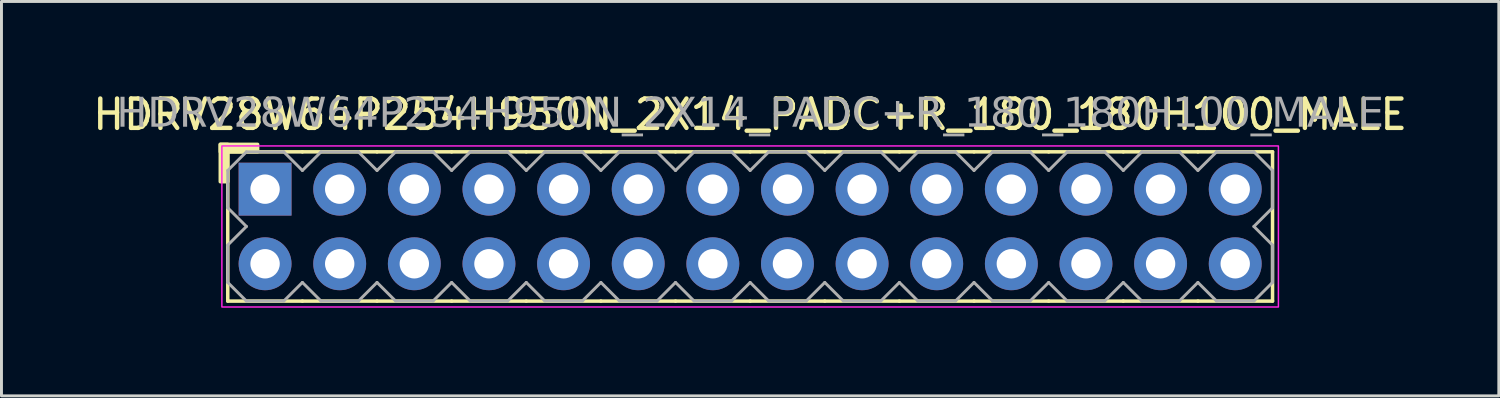
<source format=kicad_pcb>
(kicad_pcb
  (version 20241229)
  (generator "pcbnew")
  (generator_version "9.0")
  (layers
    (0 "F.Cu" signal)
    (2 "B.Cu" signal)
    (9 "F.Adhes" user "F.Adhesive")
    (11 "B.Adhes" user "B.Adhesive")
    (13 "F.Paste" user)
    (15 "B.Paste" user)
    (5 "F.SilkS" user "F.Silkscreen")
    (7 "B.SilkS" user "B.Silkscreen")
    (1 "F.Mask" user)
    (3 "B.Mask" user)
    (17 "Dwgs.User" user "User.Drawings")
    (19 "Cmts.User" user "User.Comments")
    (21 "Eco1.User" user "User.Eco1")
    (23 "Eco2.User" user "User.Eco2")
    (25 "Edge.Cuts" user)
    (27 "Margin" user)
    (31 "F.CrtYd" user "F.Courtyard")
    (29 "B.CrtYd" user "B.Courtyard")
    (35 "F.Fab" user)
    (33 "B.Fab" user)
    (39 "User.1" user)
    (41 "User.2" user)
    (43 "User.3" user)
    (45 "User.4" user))
  (footprint "HDRV28W64P254H950N_2X14_PADC+R_180_180H100_MALE"
    (layer "F.Cu")
    (at 22.482 4.658)
    (property "Reference" "HDRV28W64P254H950N_2X14_PADC+R_180_180H100_MALE" (at 0 -3.81 0) (layer "F.SilkS") (effects (font (size 1 1) (thickness 0.15))))
    (attr through_hole)
    (fp_line (start -17.78 2.54) (end -17.78 -2.54) (stroke (width 0.12) (type solid)) (layer "F.SilkS"))
    (fp_line (start -15.24 -2.54) (end -17.78 -2.54) (stroke (width 0.12) (type solid)) (layer "F.SilkS"))
    (fp_line (start -15.24 2.54) (end -17.78 2.54) (stroke (width 0.12) (type solid)) (layer "F.SilkS"))
    (fp_line (start -12.7 -2.54) (end -15.24 -2.54) (stroke (width 0.12) (type solid)) (layer "F.SilkS"))
    (fp_line (start -12.7 2.54) (end -15.24 2.54) (stroke (width 0.12) (type solid)) (layer "F.SilkS"))
    (fp_line (start -10.16 -2.54) (end -12.7 -2.54) (stroke (width 0.12) (type solid)) (layer "F.SilkS"))
    (fp_line (start -10.16 2.54) (end -12.7 2.54) (stroke (width 0.12) (type solid)) (layer "F.SilkS"))
    (fp_line (start -7.62 -2.54) (end -10.16 -2.54) (stroke (width 0.12) (type solid)) (layer "F.SilkS"))
    (fp_line (start -7.62 2.54) (end -10.16 2.54) (stroke (width 0.12) (type solid)) (layer "F.SilkS"))
    (fp_line (start -5.08 -2.54) (end -7.62 -2.54) (stroke (width 0.12) (type solid)) (layer "F.SilkS"))
    (fp_line (start -5.08 2.54) (end -7.62 2.54) (stroke (width 0.12) (type solid)) (layer "F.SilkS"))
    (fp_line (start -2.54 -2.54) (end -5.08 -2.54) (stroke (width 0.12) (type solid)) (layer "F.SilkS"))
    (fp_line (start -2.54 2.54) (end -5.08 2.54) (stroke (width 0.12) (type solid)) (layer "F.SilkS"))
    (fp_line (start 0 -2.54) (end -2.54 -2.54) (stroke (width 0.12) (type solid)) (layer "F.SilkS"))
    (fp_line (start 0 2.54) (end -2.54 2.54) (stroke (width 0.12) (type solid)) (layer "F.SilkS"))
    (fp_line (start 2.54 -2.54) (end 0 -2.54) (stroke (width 0.12) (type solid)) (layer "F.SilkS"))
    (fp_line (start 2.54 2.54) (end 0 2.54) (stroke (width 0.12) (type solid)) (layer "F.SilkS"))
    (fp_line (start 5.08 -2.54) (end 2.54 -2.54) (stroke (width 0.12) (type solid)) (layer "F.SilkS"))
    (fp_line (start 5.08 2.54) (end 2.54 2.54) (stroke (width 0.12) (type solid)) (layer "F.SilkS"))
    (fp_line (start 7.62 -2.54) (end 5.08 -2.54) (stroke (width 0.12) (type solid)) (layer "F.SilkS"))
    (fp_line (start 7.62 2.54) (end 5.08 2.54) (stroke (width 0.12) (type solid)) (layer "F.SilkS"))
    (fp_line (start 10.16 -2.54) (end 7.62 -2.54) (stroke (width 0.12) (type solid)) (layer "F.SilkS"))
    (fp_line (start 10.16 2.54) (end 7.62 2.54) (stroke (width 0.12) (type solid)) (layer "F.SilkS"))
    (fp_line (start 12.7 -2.54) (end 10.16 -2.54) (stroke (width 0.12) (type solid)) (layer "F.SilkS"))
    (fp_line (start 12.7 2.54) (end 10.16 2.54) (stroke (width 0.12) (type solid)) (layer "F.SilkS"))
    (fp_line (start 15.24 -2.54) (end 12.7 -2.54) (stroke (width 0.12) (type solid)) (layer "F.SilkS"))
    (fp_line (start 15.24 2.54) (end 12.7 2.54) (stroke (width 0.12) (type solid)) (layer "F.SilkS"))
    (fp_line (start 17.78 -2.54) (end 15.24 -2.54) (stroke (width 0.12) (type solid)) (layer "F.SilkS"))
    (fp_line (start 17.78 2.54) (end 15.24 2.54) (stroke (width 0.12) (type solid)) (layer "F.SilkS"))
    (fp_line (start 17.78 2.54) (end 17.78 -2.54) (stroke (width 0.12) (type solid)) (layer "F.SilkS"))
    (fp_rect (start -18.034 -1.524) (end -17.78 -2.794) (stroke (width 0.12) (type solid)) (fill yes) (layer "F.SilkS"))
    (fp_rect (start -16.764 -2.54) (end -18.034 -2.794) (stroke (width 0.12) (type solid)) (fill yes) (layer "F.SilkS"))
    (fp_rect (start -17.98 -2.74) (end 17.98 2.74) (stroke (width 0.05) (type default)) (fill no) (layer "F.CrtYd"))
    (fp_line (start -17.78 -1.905) (end -17.78 -0.635) (stroke (width 0.1) (type solid)) (layer "F.Fab"))
    (fp_line (start -17.78 -1.905) (end -17.145 -2.54) (stroke (width 0.1) (type solid)) (layer "F.Fab"))
    (fp_line (start -17.78 0.635) (end -17.78 1.905) (stroke (width 0.1) (type solid)) (layer "F.Fab"))
    (fp_line (start -17.145 -2.54) (end -15.875 -2.54) (stroke (width 0.1) (type solid)) (layer "F.Fab"))
    (fp_line (start -17.145 0) (end -17.78 -0.635) (stroke (width 0.1) (type solid)) (layer "F.Fab"))
    (fp_line (start -17.145 0) (end -17.78 0.635) (stroke (width 0.1) (type solid)) (layer "F.Fab"))
    (fp_line (start -17.145 2.54) (end -17.78 1.905) (stroke (width 0.1) (type solid)) (layer "F.Fab"))
    (fp_line (start -15.875 -2.54) (end -15.24 -1.905) (stroke (width 0.1) (type solid)) (layer "F.Fab"))
    (fp_line (start -15.875 2.54) (end -17.145 2.54) (stroke (width 0.1) (type solid)) (layer "F.Fab"))
    (fp_line (start -15.24 -1.905) (end -14.605 -2.54) (stroke (width 0.1) (type solid)) (layer "F.Fab"))
    (fp_line (start -15.24 1.905) (end -15.875 2.54) (stroke (width 0.1) (type solid)) (layer "F.Fab"))
    (fp_line (start -14.605 -2.54) (end -13.335 -2.54) (stroke (width 0.1) (type solid)) (layer "F.Fab"))
    (fp_line (start -14.605 2.54) (end -15.24 1.905) (stroke (width 0.1) (type solid)) (layer "F.Fab"))
    (fp_line (start -13.335 -2.54) (end -12.7 -1.905) (stroke (width 0.1) (type solid)) (layer "F.Fab"))
    (fp_line (start -13.335 2.54) (end -14.605 2.54) (stroke (width 0.1) (type solid)) (layer "F.Fab"))
    (fp_line (start -12.7 -1.905) (end -12.065 -2.54) (stroke (width 0.1) (type solid)) (layer "F.Fab"))
    (fp_line (start -12.7 1.905) (end -13.335 2.54) (stroke (width 0.1) (type solid)) (layer "F.Fab"))
    (fp_line (start -12.065 -2.54) (end -10.795 -2.54) (stroke (width 0.1) (type solid)) (layer "F.Fab"))
    (fp_line (start -12.065 2.54) (end -12.7 1.905) (stroke (width 0.1) (type solid)) (layer "F.Fab"))
    (fp_line (start -10.795 -2.54) (end -10.16 -1.905) (stroke (width 0.1) (type solid)) (layer "F.Fab"))
    (fp_line (start -10.795 2.54) (end -12.065 2.54) (stroke (width 0.1) (type solid)) (layer "F.Fab"))
    (fp_line (start -10.16 -1.905) (end -9.525 -2.54) (stroke (width 0.1) (type solid)) (layer "F.Fab"))
    (fp_line (start -10.16 1.905) (end -10.795 2.54) (stroke (width 0.1) (type solid)) (layer "F.Fab"))
    (fp_line (start -9.525 -2.54) (end -8.255 -2.54) (stroke (width 0.1) (type solid)) (layer "F.Fab"))
    (fp_line (start -9.525 2.54) (end -10.16 1.905) (stroke (width 0.1) (type solid)) (layer "F.Fab"))
    (fp_line (start -8.255 -2.54) (end -7.62 -1.905) (stroke (width 0.1) (type solid)) (layer "F.Fab"))
    (fp_line (start -8.255 2.54) (end -9.525 2.54) (stroke (width 0.1) (type solid)) (layer "F.Fab"))
    (fp_line (start -7.62 -1.905) (end -6.985 -2.54) (stroke (width 0.1) (type solid)) (layer "F.Fab"))
    (fp_line (start -7.62 1.905) (end -8.255 2.54) (stroke (width 0.1) (type solid)) (layer "F.Fab"))
    (fp_line (start -6.985 -2.54) (end -5.715 -2.54) (stroke (width 0.1) (type solid)) (layer "F.Fab"))
    (fp_line (start -6.985 2.54) (end -7.62 1.905) (stroke (width 0.1) (type solid)) (layer "F.Fab"))
    (fp_line (start -5.715 -2.54) (end -5.08 -1.905) (stroke (width 0.1) (type solid)) (layer "F.Fab"))
    (fp_line (start -5.715 2.54) (end -6.985 2.54) (stroke (width 0.1) (type solid)) (layer "F.Fab"))
    (fp_line (start -5.08 -1.905) (end -4.445 -2.54) (stroke (width 0.1) (type solid)) (layer "F.Fab"))
    (fp_line (start -5.08 1.905) (end -5.715 2.54) (stroke (width 0.1) (type solid)) (layer "F.Fab"))
    (fp_line (start -4.445 -2.54) (end -3.175 -2.54) (stroke (width 0.1) (type solid)) (layer "F.Fab"))
    (fp_line (start -4.445 2.54) (end -5.08 1.905) (stroke (width 0.1) (type solid)) (layer "F.Fab"))
    (fp_line (start -3.175 -2.54) (end -2.54 -1.905) (stroke (width 0.1) (type solid)) (layer "F.Fab"))
    (fp_line (start -3.175 2.54) (end -4.445 2.54) (stroke (width 0.1) (type solid)) (layer "F.Fab"))
    (fp_line (start -2.54 -1.905) (end -1.905 -2.54) (stroke (width 0.1) (type solid)) (layer "F.Fab"))
    (fp_line (start -2.54 1.905) (end -3.175 2.54) (stroke (width 0.1) (type solid)) (layer "F.Fab"))
    (fp_line (start -1.905 -2.54) (end -0.635 -2.54) (stroke (width 0.1) (type solid)) (layer "F.Fab"))
    (fp_line (start -1.905 2.54) (end -2.54 1.905) (stroke (width 0.1) (type solid)) (layer "F.Fab"))
    (fp_line (start -0.635 -2.54) (end 0 -1.905) (stroke (width 0.1) (type solid)) (layer "F.Fab"))
    (fp_line (start -0.635 2.54) (end -1.905 2.54) (stroke (width 0.1) (type solid)) (layer "F.Fab"))
    (fp_line (start 0 -1.905) (end 0.635 -2.54) (stroke (width 0.1) (type solid)) (layer "F.Fab"))
    (fp_line (start 0 1.905) (end -0.635 2.54) (stroke (width 0.1) (type solid)) (layer "F.Fab"))
    (fp_line (start 0.635 -2.54) (end 1.905 -2.54) (stroke (width 0.1) (type solid)) (layer "F.Fab"))
    (fp_line (start 0.635 2.54) (end 0 1.905) (stroke (width 0.1) (type solid)) (layer "F.Fab"))
    (fp_line (start 1.905 -2.54) (end 2.54 -1.905) (stroke (width 0.1) (type solid)) (layer "F.Fab"))
    (fp_line (start 1.905 2.54) (end 0.635 2.54) (stroke (width 0.1) (type solid)) (layer "F.Fab"))
    (fp_line (start 2.54 -1.905) (end 3.175 -2.54) (stroke (width 0.1) (type solid)) (layer "F.Fab"))
    (fp_line (start 2.54 1.905) (end 1.905 2.54) (stroke (width 0.1) (type solid)) (layer "F.Fab"))
    (fp_line (start 3.175 -2.54) (end 4.445 -2.54) (stroke (width 0.1) (type solid)) (layer "F.Fab"))
    (fp_line (start 3.175 2.54) (end 2.54 1.905) (stroke (width 0.1) (type solid)) (layer "F.Fab"))
    (fp_line (start 4.445 -2.54) (end 5.08 -1.905) (stroke (width 0.1) (type solid)) (layer "F.Fab"))
    (fp_line (start 4.445 2.54) (end 3.175 2.54) (stroke (width 0.1) (type solid)) (layer "F.Fab"))
    (fp_line (start 5.08 -1.905) (end 5.715 -2.54) (stroke (width 0.1) (type solid)) (layer "F.Fab"))
    (fp_line (start 5.08 1.905) (end 4.445 2.54) (stroke (width 0.1) (type solid)) (layer "F.Fab"))
    (fp_line (start 5.715 -2.54) (end 6.985 -2.54) (stroke (width 0.1) (type solid)) (layer "F.Fab"))
    (fp_line (start 5.715 2.54) (end 5.08 1.905) (stroke (width 0.1) (type solid)) (layer "F.Fab"))
    (fp_line (start 6.985 -2.54) (end 7.62 -1.905) (stroke (width 0.1) (type solid)) (layer "F.Fab"))
    (fp_line (start 6.985 2.54) (end 5.715 2.54) (stroke (width 0.1) (type solid)) (layer "F.Fab"))
    (fp_line (start 7.62 -1.905) (end 8.255 -2.54) (stroke (width 0.1) (type solid)) (layer "F.Fab"))
    (fp_line (start 7.62 1.905) (end 6.985 2.54) (stroke (width 0.1) (type solid)) (layer "F.Fab"))
    (fp_line (start 8.255 -2.54) (end 9.525 -2.54) (stroke (width 0.1) (type solid)) (layer "F.Fab"))
    (fp_line (start 8.255 2.54) (end 7.62 1.905) (stroke (width 0.1) (type solid)) (layer "F.Fab"))
    (fp_line (start 9.525 -2.54) (end 10.16 -1.905) (stroke (width 0.1) (type solid)) (layer "F.Fab"))
    (fp_line (start 9.525 2.54) (end 8.255 2.54) (stroke (width 0.1) (type solid)) (layer "F.Fab"))
    (fp_line (start 10.16 -1.905) (end 10.795 -2.54) (stroke (width 0.1) (type solid)) (layer "F.Fab"))
    (fp_line (start 10.16 1.905) (end 9.525 2.54) (stroke (width 0.1) (type solid)) (layer "F.Fab"))
    (fp_line (start 10.795 -2.54) (end 12.065 -2.54) (stroke (width 0.1) (type solid)) (layer "F.Fab"))
    (fp_line (start 10.795 2.54) (end 10.16 1.905) (stroke (width 0.1) (type solid)) (layer "F.Fab"))
    (fp_line (start 12.065 -2.54) (end 12.7 -1.905) (stroke (width 0.1) (type solid)) (layer "F.Fab"))
    (fp_line (start 12.065 2.54) (end 10.795 2.54) (stroke (width 0.1) (type solid)) (layer "F.Fab"))
    (fp_line (start 12.7 -1.905) (end 13.335 -2.54) (stroke (width 0.1) (type solid)) (layer "F.Fab"))
    (fp_line (start 12.7 1.905) (end 12.065 2.54) (stroke (width 0.1) (type solid)) (layer "F.Fab"))
    (fp_line (start 13.335 -2.54) (end 14.605 -2.54) (stroke (width 0.1) (type solid)) (layer "F.Fab"))
    (fp_line (start 13.335 2.54) (end 12.7 1.905) (stroke (width 0.1) (type solid)) (layer "F.Fab"))
    (fp_line (start 14.605 -2.54) (end 15.24 -1.905) (stroke (width 0.1) (type solid)) (layer "F.Fab"))
    (fp_line (start 14.605 2.54) (end 13.335 2.54) (stroke (width 0.1) (type solid)) (layer "F.Fab"))
    (fp_line (start 15.24 -1.905) (end 15.875 -2.54) (stroke (width 0.1) (type solid)) (layer "F.Fab"))
    (fp_line (start 15.24 1.905) (end 14.605 2.54) (stroke (width 0.1) (type solid)) (layer "F.Fab"))
    (fp_line (start 15.875 -2.54) (end 17.145 -2.54) (stroke (width 0.1) (type solid)) (layer "F.Fab"))
    (fp_line (start 15.875 2.54) (end 15.24 1.905) (stroke (width 0.1) (type solid)) (layer "F.Fab"))
    (fp_line (start 17.145 -2.54) (end 17.78 -1.905) (stroke (width 0.1) (type solid)) (layer "F.Fab"))
    (fp_line (start 17.145 0) (end 17.78 0.635) (stroke (width 0.1) (type solid)) (layer "F.Fab"))
    (fp_line (start 17.145 2.54) (end 15.875 2.54) (stroke (width 0.1) (type solid)) (layer "F.Fab"))
    (fp_line (start 17.78 -1.905) (end 17.78 -0.635) (stroke (width 0.1) (type solid)) (layer "F.Fab"))
    (fp_line (start 17.78 -0.635) (end 17.145 0) (stroke (width 0.1) (type solid)) (layer "F.Fab"))
    (fp_line (start 17.78 0.635) (end 17.78 1.905) (stroke (width 0.1) (type solid)) (layer "F.Fab"))
    (fp_line (start 17.78 1.905) (end 17.145 2.54) (stroke (width 0.1) (type solid)) (layer "F.Fab"))
    (fp_rect (start -16.256 -1.524) (end -16.764 -1.016) (stroke (width 0.1) (type solid)) (fill no) (layer "F.Fab"))
    (fp_rect (start -16.256 1.016) (end -16.764 1.524) (stroke (width 0.1) (type solid)) (fill no) (layer "F.Fab"))
    (fp_rect (start -13.716 -1.524) (end -14.224 -1.016) (stroke (width 0.1) (type solid)) (fill no) (layer "F.Fab"))
    (fp_rect (start -13.716 1.016) (end -14.224 1.524) (stroke (width 0.1) (type solid)) (fill no) (layer "F.Fab"))
    (fp_rect (start -11.176 -1.524) (end -11.684 -1.016) (stroke (width 0.1) (type solid)) (fill no) (layer "F.Fab"))
    (fp_rect (start -11.176 1.016) (end -11.684 1.524) (stroke (width 0.1) (type solid)) (fill no) (layer "F.Fab"))
    (fp_rect (start -8.636 -1.524) (end -9.144 -1.016) (stroke (width 0.1) (type solid)) (fill no) (layer "F.Fab"))
    (fp_rect (start -8.636 1.016) (end -9.144 1.524) (stroke (width 0.1) (type solid)) (fill no) (layer "F.Fab"))
    (fp_rect (start -6.096 -1.524) (end -6.604 -1.016) (stroke (width 0.1) (type solid)) (fill no) (layer "F.Fab"))
    (fp_rect (start -6.096 1.016) (end -6.604 1.524) (stroke (width 0.1) (type solid)) (fill no) (layer "F.Fab"))
    (fp_rect (start -3.556 -1.524) (end -4.064 -1.016) (stroke (width 0.1) (type solid)) (fill no) (layer "F.Fab"))
    (fp_rect (start -3.556 1.016) (end -4.064 1.524) (stroke (width 0.1) (type solid)) (fill no) (layer "F.Fab"))
    (fp_rect (start -1.016 -1.524) (end -1.524 -1.016) (stroke (width 0.1) (type solid)) (fill no) (layer "F.Fab"))
    (fp_rect (start -1.016 1.016) (end -1.524 1.524) (stroke (width 0.1) (type solid)) (fill no) (layer "F.Fab"))
    (fp_rect (start 1.524 -1.524) (end 1.016 -1.016) (stroke (width 0.1) (type solid)) (fill no) (layer "F.Fab"))
    (fp_rect (start 1.524 1.016) (end 1.016 1.524) (stroke (width 0.1) (type solid)) (fill no) (layer "F.Fab"))
    (fp_rect (start 4.064 -1.524) (end 3.556 -1.016) (stroke (width 0.1) (type solid)) (fill no) (layer "F.Fab"))
    (fp_rect (start 4.064 1.016) (end 3.556 1.524) (stroke (width 0.1) (type solid)) (fill no) (layer "F.Fab"))
    (fp_rect (start 6.604 -1.524) (end 6.096 -1.016) (stroke (width 0.1) (type solid)) (fill no) (layer "F.Fab"))
    (fp_rect (start 6.604 1.016) (end 6.096 1.524) (stroke (width 0.1) (type solid)) (fill no) (layer "F.Fab"))
    (fp_rect (start 9.144 -1.524) (end 8.636 -1.016) (stroke (width 0.1) (type solid)) (fill no) (layer "F.Fab"))
    (fp_rect (start 9.144 1.016) (end 8.636 1.524) (stroke (width 0.1) (type solid)) (fill no) (layer "F.Fab"))
    (fp_rect (start 11.684 -1.524) (end 11.176 -1.016) (stroke (width 0.1) (type solid)) (fill no) (layer "F.Fab"))
    (fp_rect (start 11.684 1.016) (end 11.176 1.524) (stroke (width 0.1) (type solid)) (fill no) (layer "F.Fab"))
    (fp_rect (start 14.224 -1.524) (end 13.716 -1.016) (stroke (width 0.1) (type solid)) (fill no) (layer "F.Fab"))
    (fp_rect (start 14.224 1.016) (end 13.716 1.524) (stroke (width 0.1) (type solid)) (fill no) (layer "F.Fab"))
    (fp_rect (start 16.764 -1.524) (end 16.256 -1.016) (stroke (width 0.1) (type solid)) (fill no) (layer "F.Fab"))
    (fp_rect (start 16.764 1.016) (end 16.256 1.524) (stroke (width 0.1) (type solid)) (fill no) (layer "F.Fab"))
    (fp_text user "${REFERENCE}" (at 0 -3.81 0) (layer "F.Fab") (effects (font (face "Tahoma") (size 1 1) (thickness 0.15))))
    (pad "1" thru_hole rect (at -16.51 -1.27) (size 1.8 1.8) (drill 1) (layers "*.Cu" "*.Mask"))
    (pad "2" thru_hole circle (at -16.51 1.27) (size 1.8 1.8) (drill 1) (layers "*.Cu" "*.Mask"))
    (pad "3" thru_hole circle (at -13.97 -1.27) (size 1.8 1.8) (drill 1) (layers "*.Cu" "*.Mask"))
    (pad "4" thru_hole circle (at -13.97 1.27) (size 1.8 1.8) (drill 1) (layers "*.Cu" "*.Mask"))
    (pad "5" thru_hole circle (at -11.43 -1.27) (size 1.8 1.8) (drill 1) (layers "*.Cu" "*.Mask"))
    (pad "6" thru_hole circle (at -11.43 1.27) (size 1.8 1.8) (drill 1) (layers "*.Cu" "*.Mask"))
    (pad "7" thru_hole circle (at -8.89 -1.27) (size 1.8 1.8) (drill 1) (layers "*.Cu" "*.Mask"))
    (pad "8" thru_hole circle (at -8.89 1.27) (size 1.8 1.8) (drill 1) (layers "*.Cu" "*.Mask"))
    (pad "9" thru_hole circle (at -6.35 -1.27) (size 1.8 1.8) (drill 1) (layers "*.Cu" "*.Mask"))
    (pad "10" thru_hole circle (at -6.35 1.27) (size 1.8 1.8) (drill 1) (layers "*.Cu" "*.Mask"))
    (pad "11" thru_hole circle (at -3.81 -1.27) (size 1.8 1.8) (drill 1) (layers "*.Cu" "*.Mask"))
    (pad "12" thru_hole circle (at -3.81 1.27) (size 1.8 1.8) (drill 1) (layers "*.Cu" "*.Mask"))
    (pad "13" thru_hole circle (at -1.27 -1.27) (size 1.8 1.8) (drill 1) (layers "*.Cu" "*.Mask"))
    (pad "14" thru_hole circle (at -1.27 1.27) (size 1.8 1.8) (drill 1) (layers "*.Cu" "*.Mask"))
    (pad "15" thru_hole circle (at 1.27 -1.27) (size 1.8 1.8) (drill 1) (layers "*.Cu" "*.Mask"))
    (pad "16" thru_hole circle (at 1.27 1.27) (size 1.8 1.8) (drill 1) (layers "*.Cu" "*.Mask"))
    (pad "17" thru_hole circle (at 3.81 -1.27) (size 1.8 1.8) (drill 1) (layers "*.Cu" "*.Mask"))
    (pad "18" thru_hole circle (at 3.81 1.27) (size 1.8 1.8) (drill 1) (layers "*.Cu" "*.Mask"))
    (pad "19" thru_hole circle (at 6.35 -1.27) (size 1.8 1.8) (drill 1) (layers "*.Cu" "*.Mask"))
    (pad "20" thru_hole circle (at 6.35 1.27) (size 1.8 1.8) (drill 1) (layers "*.Cu" "*.Mask"))
    (pad "21" thru_hole circle (at 8.89 -1.27) (size 1.8 1.8) (drill 1) (layers "*.Cu" "*.Mask"))
    (pad "22" thru_hole circle (at 8.89 1.27) (size 1.8 1.8) (drill 1) (layers "*.Cu" "*.Mask"))
    (pad "23" thru_hole circle (at 11.43 -1.27) (size 1.8 1.8) (drill 1) (layers "*.Cu" "*.Mask"))
    (pad "24" thru_hole circle (at 11.43 1.27) (size 1.8 1.8) (drill 1) (layers "*.Cu" "*.Mask"))
    (pad "25" thru_hole circle (at 13.97 -1.27) (size 1.8 1.8) (drill 1) (layers "*.Cu" "*.Mask"))
    (pad "26" thru_hole circle (at 13.97 1.27) (size 1.8 1.8) (drill 1) (layers "*.Cu" "*.Mask"))
    (pad "27" thru_hole circle (at 16.51 -1.27) (size 1.8 1.8) (drill 1) (layers "*.Cu" "*.Mask"))
    (pad "28" thru_hole circle (at 16.51 1.27) (size 1.8 1.8) (drill 1) (layers "*.Cu" "*.Mask")))
  (gr_rect
    (start -3 -3)
    (end 47.964 10.423)
    (stroke (width 0.1) (type default))
    (fill no)
    (layer "Edge.Cuts")))
</source>
